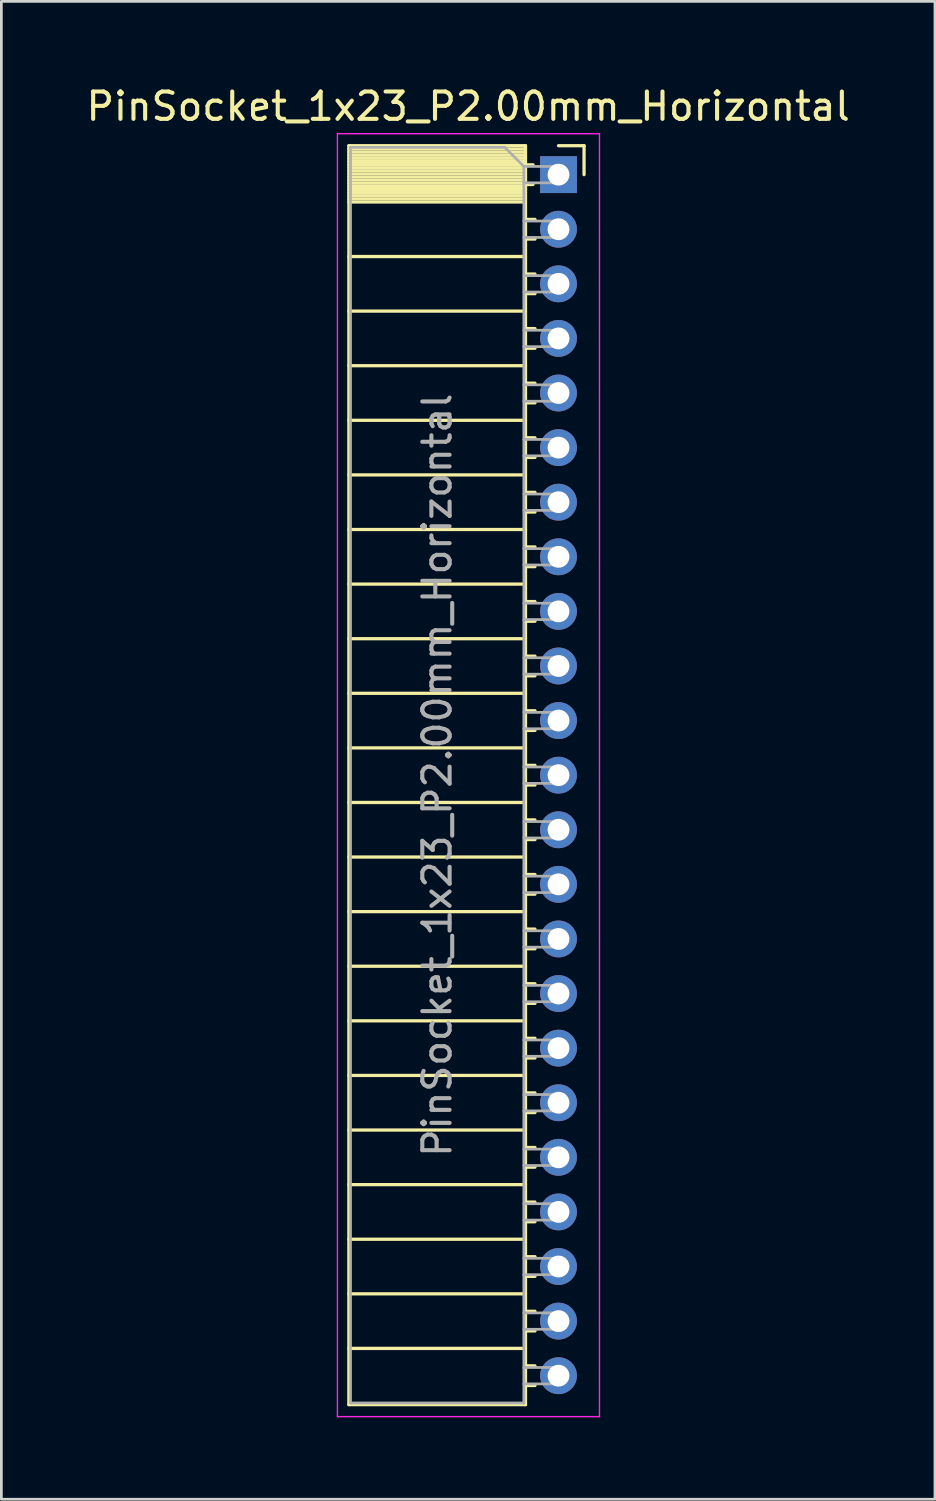
<source format=kicad_pcb>
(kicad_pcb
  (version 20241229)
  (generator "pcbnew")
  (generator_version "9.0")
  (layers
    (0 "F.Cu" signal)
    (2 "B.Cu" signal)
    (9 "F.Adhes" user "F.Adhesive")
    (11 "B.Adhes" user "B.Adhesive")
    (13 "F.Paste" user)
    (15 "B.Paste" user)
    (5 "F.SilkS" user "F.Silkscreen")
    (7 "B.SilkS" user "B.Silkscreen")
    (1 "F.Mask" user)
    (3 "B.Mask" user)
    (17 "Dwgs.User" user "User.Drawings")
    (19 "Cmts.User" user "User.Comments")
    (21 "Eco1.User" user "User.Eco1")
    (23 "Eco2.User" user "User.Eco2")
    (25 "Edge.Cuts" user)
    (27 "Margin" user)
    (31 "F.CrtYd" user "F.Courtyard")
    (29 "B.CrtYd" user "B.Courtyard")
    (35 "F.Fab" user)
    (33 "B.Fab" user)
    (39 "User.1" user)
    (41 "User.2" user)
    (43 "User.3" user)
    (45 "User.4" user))
  (footprint "PinSocket_1x23_P2.00mm_Horizontal"
    (layer "F.Cu")
    (at 17.411 3.348)
    (property "Reference" "PinSocket_1x23_P2.00mm_Horizontal" (at -3.31 -2.5 0) (layer "F.SilkS") (effects (font (size 1 1) (thickness 0.15))))
    (attr through_hole)
    (fp_line (start -7.68 -1.06) (end -7.68 45.06) (stroke (width 0.12) (type solid)) (layer "F.SilkS"))
    (fp_line (start -7.68 -1.06) (end -1.21 -1.06) (stroke (width 0.12) (type solid)) (layer "F.SilkS"))
    (fp_line (start -7.68 -0.94) (end -1.21 -0.94) (stroke (width 0.12) (type solid)) (layer "F.SilkS"))
    (fp_line (start -7.68 -0.826) (end -1.21 -0.826) (stroke (width 0.12) (type solid)) (layer "F.SilkS"))
    (fp_line (start -7.68 -0.712) (end -1.21 -0.712) (stroke (width 0.12) (type solid)) (layer "F.SilkS"))
    (fp_line (start -7.68 -0.598) (end -1.21 -0.598) (stroke (width 0.12) (type solid)) (layer "F.SilkS"))
    (fp_line (start -7.68 -0.484) (end -1.21 -0.484) (stroke (width 0.12) (type solid)) (layer "F.SilkS"))
    (fp_line (start -7.68 -0.369) (end -1.21 -0.369) (stroke (width 0.12) (type solid)) (layer "F.SilkS"))
    (fp_line (start -7.68 -0.255) (end -1.21 -0.255) (stroke (width 0.12) (type solid)) (layer "F.SilkS"))
    (fp_line (start -7.68 -0.141) (end -1.21 -0.141) (stroke (width 0.12) (type solid)) (layer "F.SilkS"))
    (fp_line (start -7.68 -0.027) (end -1.21 -0.027) (stroke (width 0.12) (type solid)) (layer "F.SilkS"))
    (fp_line (start -7.68 0.087) (end -1.21 0.087) (stroke (width 0.12) (type solid)) (layer "F.SilkS"))
    (fp_line (start -7.68 0.201) (end -1.21 0.201) (stroke (width 0.12) (type solid)) (layer "F.SilkS"))
    (fp_line (start -7.68 0.315) (end -1.21 0.315) (stroke (width 0.12) (type solid)) (layer "F.SilkS"))
    (fp_line (start -7.68 0.429) (end -1.21 0.429) (stroke (width 0.12) (type solid)) (layer "F.SilkS"))
    (fp_line (start -7.68 0.544) (end -1.21 0.544) (stroke (width 0.12) (type solid)) (layer "F.SilkS"))
    (fp_line (start -7.68 0.658) (end -1.21 0.658) (stroke (width 0.12) (type solid)) (layer "F.SilkS"))
    (fp_line (start -7.68 0.772) (end -1.21 0.772) (stroke (width 0.12) (type solid)) (layer "F.SilkS"))
    (fp_line (start -7.68 0.886) (end -1.21 0.886) (stroke (width 0.12) (type solid)) (layer "F.SilkS"))
    (fp_line (start -7.68 1) (end -1.21 1) (stroke (width 0.12) (type solid)) (layer "F.SilkS"))
    (fp_line (start -7.68 3) (end -1.21 3) (stroke (width 0.12) (type solid)) (layer "F.SilkS"))
    (fp_line (start -7.68 5) (end -1.21 5) (stroke (width 0.12) (type solid)) (layer "F.SilkS"))
    (fp_line (start -7.68 7) (end -1.21 7) (stroke (width 0.12) (type solid)) (layer "F.SilkS"))
    (fp_line (start -7.68 9) (end -1.21 9) (stroke (width 0.12) (type solid)) (layer "F.SilkS"))
    (fp_line (start -7.68 11) (end -1.21 11) (stroke (width 0.12) (type solid)) (layer "F.SilkS"))
    (fp_line (start -7.68 13) (end -1.21 13) (stroke (width 0.12) (type solid)) (layer "F.SilkS"))
    (fp_line (start -7.68 15) (end -1.21 15) (stroke (width 0.12) (type solid)) (layer "F.SilkS"))
    (fp_line (start -7.68 17) (end -1.21 17) (stroke (width 0.12) (type solid)) (layer "F.SilkS"))
    (fp_line (start -7.68 19) (end -1.21 19) (stroke (width 0.12) (type solid)) (layer "F.SilkS"))
    (fp_line (start -7.68 21) (end -1.21 21) (stroke (width 0.12) (type solid)) (layer "F.SilkS"))
    (fp_line (start -7.68 23) (end -1.21 23) (stroke (width 0.12) (type solid)) (layer "F.SilkS"))
    (fp_line (start -7.68 25) (end -1.21 25) (stroke (width 0.12) (type solid)) (layer "F.SilkS"))
    (fp_line (start -7.68 27) (end -1.21 27) (stroke (width 0.12) (type solid)) (layer "F.SilkS"))
    (fp_line (start -7.68 29) (end -1.21 29) (stroke (width 0.12) (type solid)) (layer "F.SilkS"))
    (fp_line (start -7.68 31) (end -1.21 31) (stroke (width 0.12) (type solid)) (layer "F.SilkS"))
    (fp_line (start -7.68 33) (end -1.21 33) (stroke (width 0.12) (type solid)) (layer "F.SilkS"))
    (fp_line (start -7.68 35) (end -1.21 35) (stroke (width 0.12) (type solid)) (layer "F.SilkS"))
    (fp_line (start -7.68 37) (end -1.21 37) (stroke (width 0.12) (type solid)) (layer "F.SilkS"))
    (fp_line (start -7.68 39) (end -1.21 39) (stroke (width 0.12) (type solid)) (layer "F.SilkS"))
    (fp_line (start -7.68 41) (end -1.21 41) (stroke (width 0.12) (type solid)) (layer "F.SilkS"))
    (fp_line (start -7.68 43) (end -1.21 43) (stroke (width 0.12) (type solid)) (layer "F.SilkS"))
    (fp_line (start -7.68 45.06) (end -1.21 45.06) (stroke (width 0.12) (type solid)) (layer "F.SilkS"))
    (fp_line (start -1.21 -1.06) (end -1.21 45.06) (stroke (width 0.12) (type solid)) (layer "F.SilkS"))
    (fp_line (start -1.21 -0.36) (end -0.935 -0.36) (stroke (width 0.12) (type solid)) (layer "F.SilkS"))
    (fp_line (start -1.21 0.36) (end -0.935 0.36) (stroke (width 0.12) (type solid)) (layer "F.SilkS"))
    (fp_line (start -1.21 1.64) (end -0.863 1.64) (stroke (width 0.12) (type solid)) (layer "F.SilkS"))
    (fp_line (start -1.21 2.36) (end -0.863 2.36) (stroke (width 0.12) (type solid)) (layer "F.SilkS"))
    (fp_line (start -1.21 3.64) (end -0.863 3.64) (stroke (width 0.12) (type solid)) (layer "F.SilkS"))
    (fp_line (start -1.21 4.36) (end -0.863 4.36) (stroke (width 0.12) (type solid)) (layer "F.SilkS"))
    (fp_line (start -1.21 5.64) (end -0.863 5.64) (stroke (width 0.12) (type solid)) (layer "F.SilkS"))
    (fp_line (start -1.21 6.36) (end -0.863 6.36) (stroke (width 0.12) (type solid)) (layer "F.SilkS"))
    (fp_line (start -1.21 7.64) (end -0.863 7.64) (stroke (width 0.12) (type solid)) (layer "F.SilkS"))
    (fp_line (start -1.21 8.36) (end -0.863 8.36) (stroke (width 0.12) (type solid)) (layer "F.SilkS"))
    (fp_line (start -1.21 9.64) (end -0.863 9.64) (stroke (width 0.12) (type solid)) (layer "F.SilkS"))
    (fp_line (start -1.21 10.36) (end -0.863 10.36) (stroke (width 0.12) (type solid)) (layer "F.SilkS"))
    (fp_line (start -1.21 11.64) (end -0.863 11.64) (stroke (width 0.12) (type solid)) (layer "F.SilkS"))
    (fp_line (start -1.21 12.36) (end -0.863 12.36) (stroke (width 0.12) (type solid)) (layer "F.SilkS"))
    (fp_line (start -1.21 13.64) (end -0.863 13.64) (stroke (width 0.12) (type solid)) (layer "F.SilkS"))
    (fp_line (start -1.21 14.36) (end -0.863 14.36) (stroke (width 0.12) (type solid)) (layer "F.SilkS"))
    (fp_line (start -1.21 15.64) (end -0.863 15.64) (stroke (width 0.12) (type solid)) (layer "F.SilkS"))
    (fp_line (start -1.21 16.36) (end -0.863 16.36) (stroke (width 0.12) (type solid)) (layer "F.SilkS"))
    (fp_line (start -1.21 17.64) (end -0.863 17.64) (stroke (width 0.12) (type solid)) (layer "F.SilkS"))
    (fp_line (start -1.21 18.36) (end -0.863 18.36) (stroke (width 0.12) (type solid)) (layer "F.SilkS"))
    (fp_line (start -1.21 19.64) (end -0.863 19.64) (stroke (width 0.12) (type solid)) (layer "F.SilkS"))
    (fp_line (start -1.21 20.36) (end -0.863 20.36) (stroke (width 0.12) (type solid)) (layer "F.SilkS"))
    (fp_line (start -1.21 21.64) (end -0.863 21.64) (stroke (width 0.12) (type solid)) (layer "F.SilkS"))
    (fp_line (start -1.21 22.36) (end -0.863 22.36) (stroke (width 0.12) (type solid)) (layer "F.SilkS"))
    (fp_line (start -1.21 23.64) (end -0.863 23.64) (stroke (width 0.12) (type solid)) (layer "F.SilkS"))
    (fp_line (start -1.21 24.36) (end -0.863 24.36) (stroke (width 0.12) (type solid)) (layer "F.SilkS"))
    (fp_line (start -1.21 25.64) (end -0.863 25.64) (stroke (width 0.12) (type solid)) (layer "F.SilkS"))
    (fp_line (start -1.21 26.36) (end -0.863 26.36) (stroke (width 0.12) (type solid)) (layer "F.SilkS"))
    (fp_line (start -1.21 27.64) (end -0.863 27.64) (stroke (width 0.12) (type solid)) (layer "F.SilkS"))
    (fp_line (start -1.21 28.36) (end -0.863 28.36) (stroke (width 0.12) (type solid)) (layer "F.SilkS"))
    (fp_line (start -1.21 29.64) (end -0.863 29.64) (stroke (width 0.12) (type solid)) (layer "F.SilkS"))
    (fp_line (start -1.21 30.36) (end -0.863 30.36) (stroke (width 0.12) (type solid)) (layer "F.SilkS"))
    (fp_line (start -1.21 31.64) (end -0.863 31.64) (stroke (width 0.12) (type solid)) (layer "F.SilkS"))
    (fp_line (start -1.21 32.36) (end -0.863 32.36) (stroke (width 0.12) (type solid)) (layer "F.SilkS"))
    (fp_line (start -1.21 33.64) (end -0.863 33.64) (stroke (width 0.12) (type solid)) (layer "F.SilkS"))
    (fp_line (start -1.21 34.36) (end -0.863 34.36) (stroke (width 0.12) (type solid)) (layer "F.SilkS"))
    (fp_line (start -1.21 35.64) (end -0.863 35.64) (stroke (width 0.12) (type solid)) (layer "F.SilkS"))
    (fp_line (start -1.21 36.36) (end -0.863 36.36) (stroke (width 0.12) (type solid)) (layer "F.SilkS"))
    (fp_line (start -1.21 37.64) (end -0.863 37.64) (stroke (width 0.12) (type solid)) (layer "F.SilkS"))
    (fp_line (start -1.21 38.36) (end -0.863 38.36) (stroke (width 0.12) (type solid)) (layer "F.SilkS"))
    (fp_line (start -1.21 39.64) (end -0.863 39.64) (stroke (width 0.12) (type solid)) (layer "F.SilkS"))
    (fp_line (start -1.21 40.36) (end -0.863 40.36) (stroke (width 0.12) (type solid)) (layer "F.SilkS"))
    (fp_line (start -1.21 41.64) (end -0.863 41.64) (stroke (width 0.12) (type solid)) (layer "F.SilkS"))
    (fp_line (start -1.21 42.36) (end -0.863 42.36) (stroke (width 0.12) (type solid)) (layer "F.SilkS"))
    (fp_line (start -1.21 43.64) (end -0.863 43.64) (stroke (width 0.12) (type solid)) (layer "F.SilkS"))
    (fp_line (start -1.21 44.36) (end -0.863 44.36) (stroke (width 0.12) (type solid)) (layer "F.SilkS"))
    (fp_line (start 0 -1.06) (end 0.935 -1.06) (stroke (width 0.12) (type solid)) (layer "F.SilkS"))
    (fp_line (start 0.935 -1.06) (end 0.935 0) (stroke (width 0.12) (type solid)) (layer "F.SilkS"))
    (fp_line (start -8.1 -1.5) (end -8.1 45.5) (stroke (width 0.05) (type solid)) (layer "F.CrtYd"))
    (fp_line (start -8.1 45.5) (end 1.5 45.5) (stroke (width 0.05) (type solid)) (layer "F.CrtYd"))
    (fp_line (start 1.5 -1.5) (end -8.1 -1.5) (stroke (width 0.05) (type solid)) (layer "F.CrtYd"))
    (fp_line (start 1.5 45.5) (end 1.5 -1.5) (stroke (width 0.05) (type solid)) (layer "F.CrtYd"))
    (fp_line (start -7.62 -1) (end -1.97 -1) (stroke (width 0.1) (type solid)) (layer "F.Fab"))
    (fp_line (start -7.62 45) (end -7.62 -1) (stroke (width 0.1) (type solid)) (layer "F.Fab"))
    (fp_line (start -1.97 -1) (end -1.27 -0.3) (stroke (width 0.1) (type solid)) (layer "F.Fab"))
    (fp_line (start -1.27 -0.3) (end -1.27 45) (stroke (width 0.1) (type solid)) (layer "F.Fab"))
    (fp_line (start -1.27 0.3) (end 0 0.3) (stroke (width 0.1) (type solid)) (layer "F.Fab"))
    (fp_line (start -1.27 2.3) (end 0 2.3) (stroke (width 0.1) (type solid)) (layer "F.Fab"))
    (fp_line (start -1.27 4.3) (end 0 4.3) (stroke (width 0.1) (type solid)) (layer "F.Fab"))
    (fp_line (start -1.27 6.3) (end 0 6.3) (stroke (width 0.1) (type solid)) (layer "F.Fab"))
    (fp_line (start -1.27 8.3) (end 0 8.3) (stroke (width 0.1) (type solid)) (layer "F.Fab"))
    (fp_line (start -1.27 10.3) (end 0 10.3) (stroke (width 0.1) (type solid)) (layer "F.Fab"))
    (fp_line (start -1.27 12.3) (end 0 12.3) (stroke (width 0.1) (type solid)) (layer "F.Fab"))
    (fp_line (start -1.27 14.3) (end 0 14.3) (stroke (width 0.1) (type solid)) (layer "F.Fab"))
    (fp_line (start -1.27 16.3) (end 0 16.3) (stroke (width 0.1) (type solid)) (layer "F.Fab"))
    (fp_line (start -1.27 18.3) (end 0 18.3) (stroke (width 0.1) (type solid)) (layer "F.Fab"))
    (fp_line (start -1.27 20.3) (end 0 20.3) (stroke (width 0.1) (type solid)) (layer "F.Fab"))
    (fp_line (start -1.27 22.3) (end 0 22.3) (stroke (width 0.1) (type solid)) (layer "F.Fab"))
    (fp_line (start -1.27 24.3) (end 0 24.3) (stroke (width 0.1) (type solid)) (layer "F.Fab"))
    (fp_line (start -1.27 26.3) (end 0 26.3) (stroke (width 0.1) (type solid)) (layer "F.Fab"))
    (fp_line (start -1.27 28.3) (end 0 28.3) (stroke (width 0.1) (type solid)) (layer "F.Fab"))
    (fp_line (start -1.27 30.3) (end 0 30.3) (stroke (width 0.1) (type solid)) (layer "F.Fab"))
    (fp_line (start -1.27 32.3) (end 0 32.3) (stroke (width 0.1) (type solid)) (layer "F.Fab"))
    (fp_line (start -1.27 34.3) (end 0 34.3) (stroke (width 0.1) (type solid)) (layer "F.Fab"))
    (fp_line (start -1.27 36.3) (end 0 36.3) (stroke (width 0.1) (type solid)) (layer "F.Fab"))
    (fp_line (start -1.27 38.3) (end 0 38.3) (stroke (width 0.1) (type solid)) (layer "F.Fab"))
    (fp_line (start -1.27 40.3) (end 0 40.3) (stroke (width 0.1) (type solid)) (layer "F.Fab"))
    (fp_line (start -1.27 42.3) (end 0 42.3) (stroke (width 0.1) (type solid)) (layer "F.Fab"))
    (fp_line (start -1.27 44.3) (end 0 44.3) (stroke (width 0.1) (type solid)) (layer "F.Fab"))
    (fp_line (start -1.27 45) (end -7.62 45) (stroke (width 0.1) (type solid)) (layer "F.Fab"))
    (fp_line (start 0 -0.3) (end -1.27 -0.3) (stroke (width 0.1) (type solid)) (layer "F.Fab"))
    (fp_line (start 0 0.3) (end 0 -0.3) (stroke (width 0.1) (type solid)) (layer "F.Fab"))
    (fp_line (start 0 1.7) (end -1.27 1.7) (stroke (width 0.1) (type solid)) (layer "F.Fab"))
    (fp_line (start 0 2.3) (end 0 1.7) (stroke (width 0.1) (type solid)) (layer "F.Fab"))
    (fp_line (start 0 3.7) (end -1.27 3.7) (stroke (width 0.1) (type solid)) (layer "F.Fab"))
    (fp_line (start 0 4.3) (end 0 3.7) (stroke (width 0.1) (type solid)) (layer "F.Fab"))
    (fp_line (start 0 5.7) (end -1.27 5.7) (stroke (width 0.1) (type solid)) (layer "F.Fab"))
    (fp_line (start 0 6.3) (end 0 5.7) (stroke (width 0.1) (type solid)) (layer "F.Fab"))
    (fp_line (start 0 7.7) (end -1.27 7.7) (stroke (width 0.1) (type solid)) (layer "F.Fab"))
    (fp_line (start 0 8.3) (end 0 7.7) (stroke (width 0.1) (type solid)) (layer "F.Fab"))
    (fp_line (start 0 9.7) (end -1.27 9.7) (stroke (width 0.1) (type solid)) (layer "F.Fab"))
    (fp_line (start 0 10.3) (end 0 9.7) (stroke (width 0.1) (type solid)) (layer "F.Fab"))
    (fp_line (start 0 11.7) (end -1.27 11.7) (stroke (width 0.1) (type solid)) (layer "F.Fab"))
    (fp_line (start 0 12.3) (end 0 11.7) (stroke (width 0.1) (type solid)) (layer "F.Fab"))
    (fp_line (start 0 13.7) (end -1.27 13.7) (stroke (width 0.1) (type solid)) (layer "F.Fab"))
    (fp_line (start 0 14.3) (end 0 13.7) (stroke (width 0.1) (type solid)) (layer "F.Fab"))
    (fp_line (start 0 15.7) (end -1.27 15.7) (stroke (width 0.1) (type solid)) (layer "F.Fab"))
    (fp_line (start 0 16.3) (end 0 15.7) (stroke (width 0.1) (type solid)) (layer "F.Fab"))
    (fp_line (start 0 17.7) (end -1.27 17.7) (stroke (width 0.1) (type solid)) (layer "F.Fab"))
    (fp_line (start 0 18.3) (end 0 17.7) (stroke (width 0.1) (type solid)) (layer "F.Fab"))
    (fp_line (start 0 19.7) (end -1.27 19.7) (stroke (width 0.1) (type solid)) (layer "F.Fab"))
    (fp_line (start 0 20.3) (end 0 19.7) (stroke (width 0.1) (type solid)) (layer "F.Fab"))
    (fp_line (start 0 21.7) (end -1.27 21.7) (stroke (width 0.1) (type solid)) (layer "F.Fab"))
    (fp_line (start 0 22.3) (end 0 21.7) (stroke (width 0.1) (type solid)) (layer "F.Fab"))
    (fp_line (start 0 23.7) (end -1.27 23.7) (stroke (width 0.1) (type solid)) (layer "F.Fab"))
    (fp_line (start 0 24.3) (end 0 23.7) (stroke (width 0.1) (type solid)) (layer "F.Fab"))
    (fp_line (start 0 25.7) (end -1.27 25.7) (stroke (width 0.1) (type solid)) (layer "F.Fab"))
    (fp_line (start 0 26.3) (end 0 25.7) (stroke (width 0.1) (type solid)) (layer "F.Fab"))
    (fp_line (start 0 27.7) (end -1.27 27.7) (stroke (width 0.1) (type solid)) (layer "F.Fab"))
    (fp_line (start 0 28.3) (end 0 27.7) (stroke (width 0.1) (type solid)) (layer "F.Fab"))
    (fp_line (start 0 29.7) (end -1.27 29.7) (stroke (width 0.1) (type solid)) (layer "F.Fab"))
    (fp_line (start 0 30.3) (end 0 29.7) (stroke (width 0.1) (type solid)) (layer "F.Fab"))
    (fp_line (start 0 31.7) (end -1.27 31.7) (stroke (width 0.1) (type solid)) (layer "F.Fab"))
    (fp_line (start 0 32.3) (end 0 31.7) (stroke (width 0.1) (type solid)) (layer "F.Fab"))
    (fp_line (start 0 33.7) (end -1.27 33.7) (stroke (width 0.1) (type solid)) (layer "F.Fab"))
    (fp_line (start 0 34.3) (end 0 33.7) (stroke (width 0.1) (type solid)) (layer "F.Fab"))
    (fp_line (start 0 35.7) (end -1.27 35.7) (stroke (width 0.1) (type solid)) (layer "F.Fab"))
    (fp_line (start 0 36.3) (end 0 35.7) (stroke (width 0.1) (type solid)) (layer "F.Fab"))
    (fp_line (start 0 37.7) (end -1.27 37.7) (stroke (width 0.1) (type solid)) (layer "F.Fab"))
    (fp_line (start 0 38.3) (end 0 37.7) (stroke (width 0.1) (type solid)) (layer "F.Fab"))
    (fp_line (start 0 39.7) (end -1.27 39.7) (stroke (width 0.1) (type solid)) (layer "F.Fab"))
    (fp_line (start 0 40.3) (end 0 39.7) (stroke (width 0.1) (type solid)) (layer "F.Fab"))
    (fp_line (start 0 41.7) (end -1.27 41.7) (stroke (width 0.1) (type solid)) (layer "F.Fab"))
    (fp_line (start 0 42.3) (end 0 41.7) (stroke (width 0.1) (type solid)) (layer "F.Fab"))
    (fp_line (start 0 43.7) (end -1.27 43.7) (stroke (width 0.1) (type solid)) (layer "F.Fab"))
    (fp_line (start 0 44.3) (end 0 43.7) (stroke (width 0.1) (type solid)) (layer "F.Fab"))
    (fp_text user "${REFERENCE}" (at -4.445 22 90) (layer "F.Fab") (effects (font (size 1 1) (thickness 0.15))))
    (pad "1" thru_hole rect (at 0 0) (size 1.35 1.35) (drill 0.8) (layers "*.Cu" "*.Mask"))
    (pad "2" thru_hole circle (at 0 2) (size 1.35 1.35) (drill 0.8) (layers "*.Cu" "*.Mask"))
    (pad "3" thru_hole circle (at 0 4) (size 1.35 1.35) (drill 0.8) (layers "*.Cu" "*.Mask"))
    (pad "4" thru_hole circle (at 0 6) (size 1.35 1.35) (drill 0.8) (layers "*.Cu" "*.Mask"))
    (pad "5" thru_hole circle (at 0 8) (size 1.35 1.35) (drill 0.8) (layers "*.Cu" "*.Mask"))
    (pad "6" thru_hole circle (at 0 10) (size 1.35 1.35) (drill 0.8) (layers "*.Cu" "*.Mask"))
    (pad "7" thru_hole circle (at 0 12) (size 1.35 1.35) (drill 0.8) (layers "*.Cu" "*.Mask"))
    (pad "8" thru_hole circle (at 0 14) (size 1.35 1.35) (drill 0.8) (layers "*.Cu" "*.Mask"))
    (pad "9" thru_hole circle (at 0 16) (size 1.35 1.35) (drill 0.8) (layers "*.Cu" "*.Mask"))
    (pad "10" thru_hole circle (at 0 18) (size 1.35 1.35) (drill 0.8) (layers "*.Cu" "*.Mask"))
    (pad "11" thru_hole circle (at 0 20) (size 1.35 1.35) (drill 0.8) (layers "*.Cu" "*.Mask"))
    (pad "12" thru_hole circle (at 0 22) (size 1.35 1.35) (drill 0.8) (layers "*.Cu" "*.Mask"))
    (pad "13" thru_hole circle (at 0 24) (size 1.35 1.35) (drill 0.8) (layers "*.Cu" "*.Mask"))
    (pad "14" thru_hole circle (at 0 26) (size 1.35 1.35) (drill 0.8) (layers "*.Cu" "*.Mask"))
    (pad "15" thru_hole circle (at 0 28) (size 1.35 1.35) (drill 0.8) (layers "*.Cu" "*.Mask"))
    (pad "16" thru_hole circle (at 0 30) (size 1.35 1.35) (drill 0.8) (layers "*.Cu" "*.Mask"))
    (pad "17" thru_hole circle (at 0 32) (size 1.35 1.35) (drill 0.8) (layers "*.Cu" "*.Mask"))
    (pad "18" thru_hole circle (at 0 34) (size 1.35 1.35) (drill 0.8) (layers "*.Cu" "*.Mask"))
    (pad "19" thru_hole circle (at 0 36) (size 1.35 1.35) (drill 0.8) (layers "*.Cu" "*.Mask"))
    (pad "20" thru_hole circle (at 0 38) (size 1.35 1.35) (drill 0.8) (layers "*.Cu" "*.Mask"))
    (pad "21" thru_hole circle (at 0 40) (size 1.35 1.35) (drill 0.8) (layers "*.Cu" "*.Mask"))
    (pad "22" thru_hole circle (at 0 42) (size 1.35 1.35) (drill 0.8) (layers "*.Cu" "*.Mask"))
    (pad "23" thru_hole circle (at 0 44) (size 1.35 1.35) (drill 0.8) (layers "*.Cu" "*.Mask")))
  (gr_rect
    (start -3 -3)
    (end 31.202 51.873)
    (stroke (width 0.1) (type default))
    (fill no)
    (layer "Edge.Cuts")))
</source>
